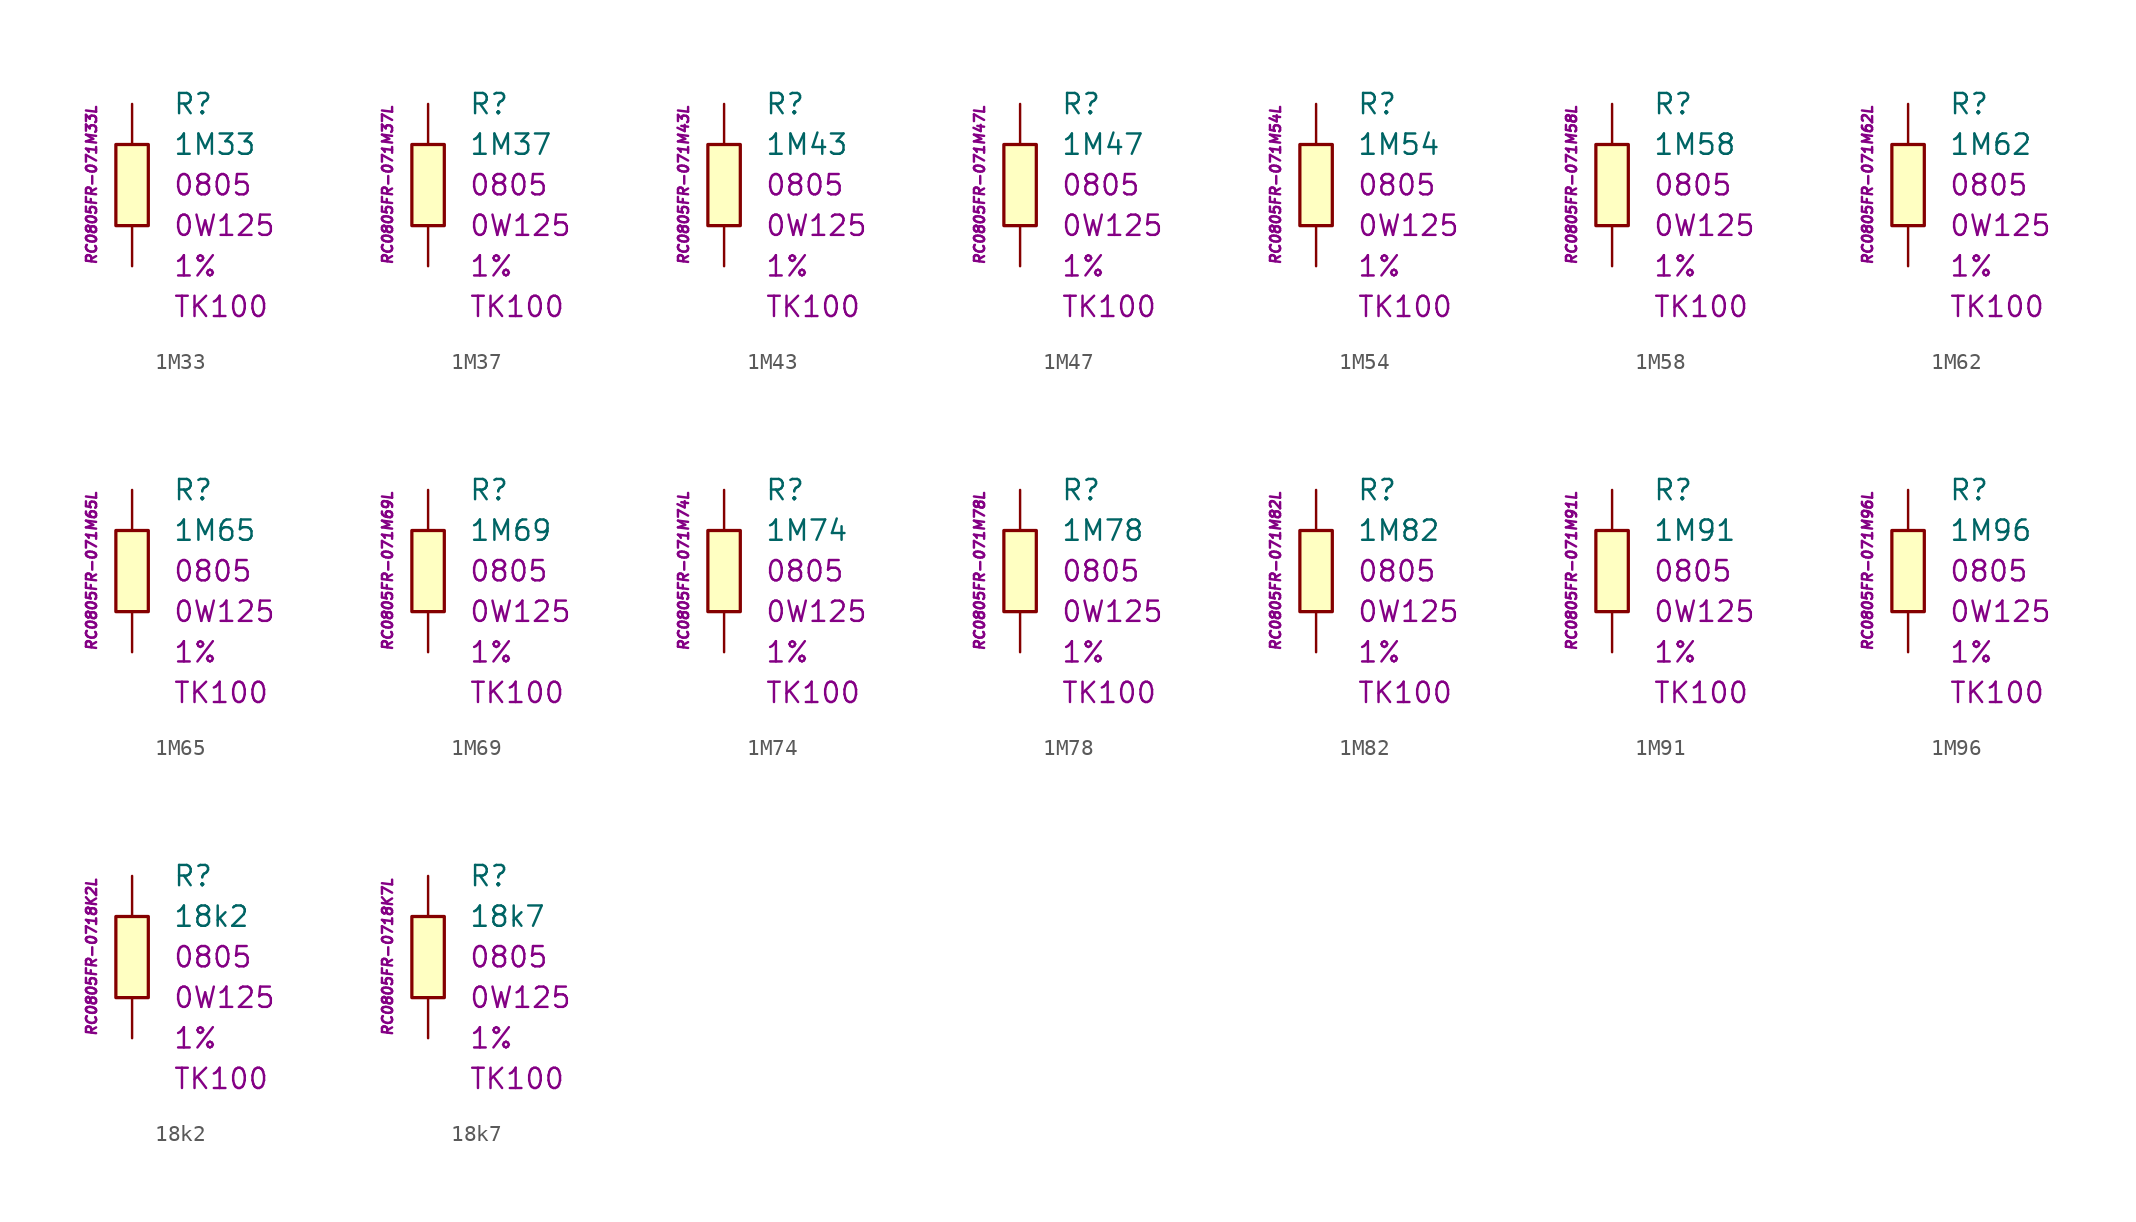
<source format=kicad_sym>
(kicad_symbol_lib
  (version 20201005)
  (generator kicad_symbol_editor)
  (symbol "1M33"
    (pin_numbers hide)
    (pin_names
      (offset 1.016) hide)
    (property "Reference" "R"
      (at 2.54 5.08 0)
      (effects (font (size 1.27 1.27)) (justify left)))
    (property "Value" "1M33"
      (at 2.54 2.54 0)
      (effects (font (size 1.27 1.27)) (justify left)))
    (property "Package" "0805"
      (at 2.54 0 0)
      (effects (font (size 1.27 1.27)) (justify left)))
    (property "Power" "0W125"
      (at 2.54 -2.54 0)
      (effects (font (size 1.27 1.27)) (justify left)))
    (property "Tolerance" "1%"
      (at 2.54 -5.08 0)
      (effects (font (size 1.27 1.27)) (justify left)))
    (property "TK" "TK100"
      (at 2.54 -7.62 0)
      (effects (font (size 1.27 1.27)) (justify left)))
    (property "ID" "RC0805FR-071M33L"
      (at -2.54 0 90)
      (effects (font (size 0.635 0.635) italic)))
    (symbol "1M33_0_1"
      (rectangle (start -1.016 2.54) (end 1.016 -2.54) (stroke (width 0.203)) (fill (type background))))
    (symbol "1M33_1_1"
      (pin passive line (at 0 5.08 270) (length 2.54) (name "~" (effects (font (size 1.778 1.778)))) (number "1" (effects (font (size 1.778 1.778)))))
      (pin passive line (at 0 -5.08 90) (length 2.54) (name "~" (effects (font (size 1.778 1.778)))) (number "2" (effects (font (size 1.778 1.778)))))))
  (symbol "1M37"
    (pin_numbers hide)
    (pin_names
      (offset 1.016) hide)
    (property "Reference" "R"
      (at 2.54 5.08 0)
      (effects (font (size 1.27 1.27)) (justify left)))
    (property "Value" "1M37"
      (at 2.54 2.54 0)
      (effects (font (size 1.27 1.27)) (justify left)))
    (property "Package" "0805"
      (at 2.54 0 0)
      (effects (font (size 1.27 1.27)) (justify left)))
    (property "Power" "0W125"
      (at 2.54 -2.54 0)
      (effects (font (size 1.27 1.27)) (justify left)))
    (property "Tolerance" "1%"
      (at 2.54 -5.08 0)
      (effects (font (size 1.27 1.27)) (justify left)))
    (property "TK" "TK100"
      (at 2.54 -7.62 0)
      (effects (font (size 1.27 1.27)) (justify left)))
    (property "ID" "RC0805FR-071M37L"
      (at -2.54 0 90)
      (effects (font (size 0.635 0.635) italic)))
    (symbol "1M37_0_1"
      (rectangle (start -1.016 2.54) (end 1.016 -2.54) (stroke (width 0.203)) (fill (type background))))
    (symbol "1M37_1_1"
      (pin passive line (at 0 5.08 270) (length 2.54) (name "~" (effects (font (size 1.778 1.778)))) (number "1" (effects (font (size 1.778 1.778)))))
      (pin passive line (at 0 -5.08 90) (length 2.54) (name "~" (effects (font (size 1.778 1.778)))) (number "2" (effects (font (size 1.778 1.778)))))))
  (symbol "1M43"
    (pin_numbers hide)
    (pin_names
      (offset 1.016) hide)
    (property "Reference" "R"
      (at 2.54 5.08 0)
      (effects (font (size 1.27 1.27)) (justify left)))
    (property "Value" "1M43"
      (at 2.54 2.54 0)
      (effects (font (size 1.27 1.27)) (justify left)))
    (property "Package" "0805"
      (at 2.54 0 0)
      (effects (font (size 1.27 1.27)) (justify left)))
    (property "Power" "0W125"
      (at 2.54 -2.54 0)
      (effects (font (size 1.27 1.27)) (justify left)))
    (property "Tolerance" "1%"
      (at 2.54 -5.08 0)
      (effects (font (size 1.27 1.27)) (justify left)))
    (property "TK" "TK100"
      (at 2.54 -7.62 0)
      (effects (font (size 1.27 1.27)) (justify left)))
    (property "ID" "RC0805FR-071M43L"
      (at -2.54 0 90)
      (effects (font (size 0.635 0.635) italic)))
    (symbol "1M43_0_1"
      (rectangle (start -1.016 2.54) (end 1.016 -2.54) (stroke (width 0.203)) (fill (type background))))
    (symbol "1M43_1_1"
      (pin passive line (at 0 5.08 270) (length 2.54) (name "~" (effects (font (size 1.778 1.778)))) (number "1" (effects (font (size 1.778 1.778)))))
      (pin passive line (at 0 -5.08 90) (length 2.54) (name "~" (effects (font (size 1.778 1.778)))) (number "2" (effects (font (size 1.778 1.778)))))))
  (symbol "1M47"
    (pin_numbers hide)
    (pin_names
      (offset 1.016) hide)
    (property "Reference" "R"
      (at 2.54 5.08 0)
      (effects (font (size 1.27 1.27)) (justify left)))
    (property "Value" "1M47"
      (at 2.54 2.54 0)
      (effects (font (size 1.27 1.27)) (justify left)))
    (property "Package" "0805"
      (at 2.54 0 0)
      (effects (font (size 1.27 1.27)) (justify left)))
    (property "Power" "0W125"
      (at 2.54 -2.54 0)
      (effects (font (size 1.27 1.27)) (justify left)))
    (property "Tolerance" "1%"
      (at 2.54 -5.08 0)
      (effects (font (size 1.27 1.27)) (justify left)))
    (property "TK" "TK100"
      (at 2.54 -7.62 0)
      (effects (font (size 1.27 1.27)) (justify left)))
    (property "ID" "RC0805FR-071M47L"
      (at -2.54 0 90)
      (effects (font (size 0.635 0.635) italic)))
    (symbol "1M47_0_1"
      (rectangle (start -1.016 2.54) (end 1.016 -2.54) (stroke (width 0.203)) (fill (type background))))
    (symbol "1M47_1_1"
      (pin passive line (at 0 5.08 270) (length 2.54) (name "~" (effects (font (size 1.778 1.778)))) (number "1" (effects (font (size 1.778 1.778)))))
      (pin passive line (at 0 -5.08 90) (length 2.54) (name "~" (effects (font (size 1.778 1.778)))) (number "2" (effects (font (size 1.778 1.778)))))))
  (symbol "1M54"
    (pin_numbers hide)
    (pin_names
      (offset 1.016) hide)
    (property "Reference" "R"
      (at 2.54 5.08 0)
      (effects (font (size 1.27 1.27)) (justify left)))
    (property "Value" "1M54"
      (at 2.54 2.54 0)
      (effects (font (size 1.27 1.27)) (justify left)))
    (property "Package" "0805"
      (at 2.54 0 0)
      (effects (font (size 1.27 1.27)) (justify left)))
    (property "Power" "0W125"
      (at 2.54 -2.54 0)
      (effects (font (size 1.27 1.27)) (justify left)))
    (property "Tolerance" "1%"
      (at 2.54 -5.08 0)
      (effects (font (size 1.27 1.27)) (justify left)))
    (property "TK" "TK100"
      (at 2.54 -7.62 0)
      (effects (font (size 1.27 1.27)) (justify left)))
    (property "ID" "RC0805FR-071M54L"
      (at -2.54 0 90)
      (effects (font (size 0.635 0.635) italic)))
    (symbol "1M54_0_1"
      (rectangle (start -1.016 2.54) (end 1.016 -2.54) (stroke (width 0.203)) (fill (type background))))
    (symbol "1M54_1_1"
      (pin passive line (at 0 5.08 270) (length 2.54) (name "~" (effects (font (size 1.778 1.778)))) (number "1" (effects (font (size 1.778 1.778)))))
      (pin passive line (at 0 -5.08 90) (length 2.54) (name "~" (effects (font (size 1.778 1.778)))) (number "2" (effects (font (size 1.778 1.778)))))))
  (symbol "1M58"
    (pin_numbers hide)
    (pin_names
      (offset 1.016) hide)
    (property "Reference" "R"
      (at 2.54 5.08 0)
      (effects (font (size 1.27 1.27)) (justify left)))
    (property "Value" "1M58"
      (at 2.54 2.54 0)
      (effects (font (size 1.27 1.27)) (justify left)))
    (property "Package" "0805"
      (at 2.54 0 0)
      (effects (font (size 1.27 1.27)) (justify left)))
    (property "Power" "0W125"
      (at 2.54 -2.54 0)
      (effects (font (size 1.27 1.27)) (justify left)))
    (property "Tolerance" "1%"
      (at 2.54 -5.08 0)
      (effects (font (size 1.27 1.27)) (justify left)))
    (property "TK" "TK100"
      (at 2.54 -7.62 0)
      (effects (font (size 1.27 1.27)) (justify left)))
    (property "ID" "RC0805FR-071M58L"
      (at -2.54 0 90)
      (effects (font (size 0.635 0.635) italic)))
    (symbol "1M58_0_1"
      (rectangle (start -1.016 2.54) (end 1.016 -2.54) (stroke (width 0.203)) (fill (type background))))
    (symbol "1M58_1_1"
      (pin passive line (at 0 5.08 270) (length 2.54) (name "~" (effects (font (size 1.778 1.778)))) (number "1" (effects (font (size 1.778 1.778)))))
      (pin passive line (at 0 -5.08 90) (length 2.54) (name "~" (effects (font (size 1.778 1.778)))) (number "2" (effects (font (size 1.778 1.778)))))))
  (symbol "1M62"
    (pin_numbers hide)
    (pin_names
      (offset 1.016) hide)
    (property "Reference" "R"
      (at 2.54 5.08 0)
      (effects (font (size 1.27 1.27)) (justify left)))
    (property "Value" "1M62"
      (at 2.54 2.54 0)
      (effects (font (size 1.27 1.27)) (justify left)))
    (property "Package" "0805"
      (at 2.54 0 0)
      (effects (font (size 1.27 1.27)) (justify left)))
    (property "Power" "0W125"
      (at 2.54 -2.54 0)
      (effects (font (size 1.27 1.27)) (justify left)))
    (property "Tolerance" "1%"
      (at 2.54 -5.08 0)
      (effects (font (size 1.27 1.27)) (justify left)))
    (property "TK" "TK100"
      (at 2.54 -7.62 0)
      (effects (font (size 1.27 1.27)) (justify left)))
    (property "ID" "RC0805FR-071M62L"
      (at -2.54 0 90)
      (effects (font (size 0.635 0.635) italic)))
    (symbol "1M62_0_1"
      (rectangle (start -1.016 2.54) (end 1.016 -2.54) (stroke (width 0.203)) (fill (type background))))
    (symbol "1M62_1_1"
      (pin passive line (at 0 5.08 270) (length 2.54) (name "~" (effects (font (size 1.778 1.778)))) (number "1" (effects (font (size 1.778 1.778)))))
      (pin passive line (at 0 -5.08 90) (length 2.54) (name "~" (effects (font (size 1.778 1.778)))) (number "2" (effects (font (size 1.778 1.778)))))))
  (symbol "1M65"
    (pin_numbers hide)
    (pin_names
      (offset 1.016) hide)
    (property "Reference" "R"
      (at 2.54 5.08 0)
      (effects (font (size 1.27 1.27)) (justify left)))
    (property "Value" "1M65"
      (at 2.54 2.54 0)
      (effects (font (size 1.27 1.27)) (justify left)))
    (property "Package" "0805"
      (at 2.54 0 0)
      (effects (font (size 1.27 1.27)) (justify left)))
    (property "Power" "0W125"
      (at 2.54 -2.54 0)
      (effects (font (size 1.27 1.27)) (justify left)))
    (property "Tolerance" "1%"
      (at 2.54 -5.08 0)
      (effects (font (size 1.27 1.27)) (justify left)))
    (property "TK" "TK100"
      (at 2.54 -7.62 0)
      (effects (font (size 1.27 1.27)) (justify left)))
    (property "ID" "RC0805FR-071M65L"
      (at -2.54 0 90)
      (effects (font (size 0.635 0.635) italic)))
    (symbol "1M65_0_1"
      (rectangle (start -1.016 2.54) (end 1.016 -2.54) (stroke (width 0.203)) (fill (type background))))
    (symbol "1M65_1_1"
      (pin passive line (at 0 5.08 270) (length 2.54) (name "~" (effects (font (size 1.778 1.778)))) (number "1" (effects (font (size 1.778 1.778)))))
      (pin passive line (at 0 -5.08 90) (length 2.54) (name "~" (effects (font (size 1.778 1.778)))) (number "2" (effects (font (size 1.778 1.778)))))))
  (symbol "1M69"
    (pin_numbers hide)
    (pin_names
      (offset 1.016) hide)
    (property "Reference" "R"
      (at 2.54 5.08 0)
      (effects (font (size 1.27 1.27)) (justify left)))
    (property "Value" "1M69"
      (at 2.54 2.54 0)
      (effects (font (size 1.27 1.27)) (justify left)))
    (property "Package" "0805"
      (at 2.54 0 0)
      (effects (font (size 1.27 1.27)) (justify left)))
    (property "Power" "0W125"
      (at 2.54 -2.54 0)
      (effects (font (size 1.27 1.27)) (justify left)))
    (property "Tolerance" "1%"
      (at 2.54 -5.08 0)
      (effects (font (size 1.27 1.27)) (justify left)))
    (property "TK" "TK100"
      (at 2.54 -7.62 0)
      (effects (font (size 1.27 1.27)) (justify left)))
    (property "ID" "RC0805FR-071M69L"
      (at -2.54 0 90)
      (effects (font (size 0.635 0.635) italic)))
    (symbol "1M69_0_1"
      (rectangle (start -1.016 2.54) (end 1.016 -2.54) (stroke (width 0.203)) (fill (type background))))
    (symbol "1M69_1_1"
      (pin passive line (at 0 5.08 270) (length 2.54) (name "~" (effects (font (size 1.778 1.778)))) (number "1" (effects (font (size 1.778 1.778)))))
      (pin passive line (at 0 -5.08 90) (length 2.54) (name "~" (effects (font (size 1.778 1.778)))) (number "2" (effects (font (size 1.778 1.778)))))))
  (symbol "1M74"
    (pin_numbers hide)
    (pin_names
      (offset 1.016) hide)
    (property "Reference" "R"
      (at 2.54 5.08 0)
      (effects (font (size 1.27 1.27)) (justify left)))
    (property "Value" "1M74"
      (at 2.54 2.54 0)
      (effects (font (size 1.27 1.27)) (justify left)))
    (property "Package" "0805"
      (at 2.54 0 0)
      (effects (font (size 1.27 1.27)) (justify left)))
    (property "Power" "0W125"
      (at 2.54 -2.54 0)
      (effects (font (size 1.27 1.27)) (justify left)))
    (property "Tolerance" "1%"
      (at 2.54 -5.08 0)
      (effects (font (size 1.27 1.27)) (justify left)))
    (property "TK" "TK100"
      (at 2.54 -7.62 0)
      (effects (font (size 1.27 1.27)) (justify left)))
    (property "ID" "RC0805FR-071M74L"
      (at -2.54 0 90)
      (effects (font (size 0.635 0.635) italic)))
    (symbol "1M74_0_1"
      (rectangle (start -1.016 2.54) (end 1.016 -2.54) (stroke (width 0.203)) (fill (type background))))
    (symbol "1M74_1_1"
      (pin passive line (at 0 5.08 270) (length 2.54) (name "~" (effects (font (size 1.778 1.778)))) (number "1" (effects (font (size 1.778 1.778)))))
      (pin passive line (at 0 -5.08 90) (length 2.54) (name "~" (effects (font (size 1.778 1.778)))) (number "2" (effects (font (size 1.778 1.778)))))))
  (symbol "1M78"
    (pin_numbers hide)
    (pin_names
      (offset 1.016) hide)
    (property "Reference" "R"
      (at 2.54 5.08 0)
      (effects (font (size 1.27 1.27)) (justify left)))
    (property "Value" "1M78"
      (at 2.54 2.54 0)
      (effects (font (size 1.27 1.27)) (justify left)))
    (property "Package" "0805"
      (at 2.54 0 0)
      (effects (font (size 1.27 1.27)) (justify left)))
    (property "Power" "0W125"
      (at 2.54 -2.54 0)
      (effects (font (size 1.27 1.27)) (justify left)))
    (property "Tolerance" "1%"
      (at 2.54 -5.08 0)
      (effects (font (size 1.27 1.27)) (justify left)))
    (property "TK" "TK100"
      (at 2.54 -7.62 0)
      (effects (font (size 1.27 1.27)) (justify left)))
    (property "ID" "RC0805FR-071M78L"
      (at -2.54 0 90)
      (effects (font (size 0.635 0.635) italic)))
    (symbol "1M78_0_1"
      (rectangle (start -1.016 2.54) (end 1.016 -2.54) (stroke (width 0.203)) (fill (type background))))
    (symbol "1M78_1_1"
      (pin passive line (at 0 5.08 270) (length 2.54) (name "~" (effects (font (size 1.778 1.778)))) (number "1" (effects (font (size 1.778 1.778)))))
      (pin passive line (at 0 -5.08 90) (length 2.54) (name "~" (effects (font (size 1.778 1.778)))) (number "2" (effects (font (size 1.778 1.778)))))))
  (symbol "1M82"
    (pin_numbers hide)
    (pin_names
      (offset 1.016) hide)
    (property "Reference" "R"
      (at 2.54 5.08 0)
      (effects (font (size 1.27 1.27)) (justify left)))
    (property "Value" "1M82"
      (at 2.54 2.54 0)
      (effects (font (size 1.27 1.27)) (justify left)))
    (property "Package" "0805"
      (at 2.54 0 0)
      (effects (font (size 1.27 1.27)) (justify left)))
    (property "Power" "0W125"
      (at 2.54 -2.54 0)
      (effects (font (size 1.27 1.27)) (justify left)))
    (property "Tolerance" "1%"
      (at 2.54 -5.08 0)
      (effects (font (size 1.27 1.27)) (justify left)))
    (property "TK" "TK100"
      (at 2.54 -7.62 0)
      (effects (font (size 1.27 1.27)) (justify left)))
    (property "ID" "RC0805FR-071M82L"
      (at -2.54 0 90)
      (effects (font (size 0.635 0.635) italic)))
    (symbol "1M82_0_1"
      (rectangle (start -1.016 2.54) (end 1.016 -2.54) (stroke (width 0.203)) (fill (type background))))
    (symbol "1M82_1_1"
      (pin passive line (at 0 5.08 270) (length 2.54) (name "~" (effects (font (size 1.778 1.778)))) (number "1" (effects (font (size 1.778 1.778)))))
      (pin passive line (at 0 -5.08 90) (length 2.54) (name "~" (effects (font (size 1.778 1.778)))) (number "2" (effects (font (size 1.778 1.778)))))))
  (symbol "1M91"
    (pin_numbers hide)
    (pin_names
      (offset 1.016) hide)
    (property "Reference" "R"
      (at 2.54 5.08 0)
      (effects (font (size 1.27 1.27)) (justify left)))
    (property "Value" "1M91"
      (at 2.54 2.54 0)
      (effects (font (size 1.27 1.27)) (justify left)))
    (property "Package" "0805"
      (at 2.54 0 0)
      (effects (font (size 1.27 1.27)) (justify left)))
    (property "Power" "0W125"
      (at 2.54 -2.54 0)
      (effects (font (size 1.27 1.27)) (justify left)))
    (property "Tolerance" "1%"
      (at 2.54 -5.08 0)
      (effects (font (size 1.27 1.27)) (justify left)))
    (property "TK" "TK100"
      (at 2.54 -7.62 0)
      (effects (font (size 1.27 1.27)) (justify left)))
    (property "ID" "RC0805FR-071M91L"
      (at -2.54 0 90)
      (effects (font (size 0.635 0.635) italic)))
    (symbol "1M91_0_1"
      (rectangle (start -1.016 2.54) (end 1.016 -2.54) (stroke (width 0.203)) (fill (type background))))
    (symbol "1M91_1_1"
      (pin passive line (at 0 5.08 270) (length 2.54) (name "~" (effects (font (size 1.778 1.778)))) (number "1" (effects (font (size 1.778 1.778)))))
      (pin passive line (at 0 -5.08 90) (length 2.54) (name "~" (effects (font (size 1.778 1.778)))) (number "2" (effects (font (size 1.778 1.778)))))))
  (symbol "1M96"
    (pin_numbers hide)
    (pin_names
      (offset 1.016) hide)
    (property "Reference" "R"
      (at 2.54 5.08 0)
      (effects (font (size 1.27 1.27)) (justify left)))
    (property "Value" "1M96"
      (at 2.54 2.54 0)
      (effects (font (size 1.27 1.27)) (justify left)))
    (property "Package" "0805"
      (at 2.54 0 0)
      (effects (font (size 1.27 1.27)) (justify left)))
    (property "Power" "0W125"
      (at 2.54 -2.54 0)
      (effects (font (size 1.27 1.27)) (justify left)))
    (property "Tolerance" "1%"
      (at 2.54 -5.08 0)
      (effects (font (size 1.27 1.27)) (justify left)))
    (property "TK" "TK100"
      (at 2.54 -7.62 0)
      (effects (font (size 1.27 1.27)) (justify left)))
    (property "ID" "RC0805FR-071M96L"
      (at -2.54 0 90)
      (effects (font (size 0.635 0.635) italic)))
    (symbol "1M96_0_1"
      (rectangle (start -1.016 2.54) (end 1.016 -2.54) (stroke (width 0.203)) (fill (type background))))
    (symbol "1M96_1_1"
      (pin passive line (at 0 5.08 270) (length 2.54) (name "~" (effects (font (size 1.778 1.778)))) (number "1" (effects (font (size 1.778 1.778)))))
      (pin passive line (at 0 -5.08 90) (length 2.54) (name "~" (effects (font (size 1.778 1.778)))) (number "2" (effects (font (size 1.778 1.778)))))))
  (symbol "18k2"
    (pin_numbers hide)
    (pin_names
      (offset 1.016) hide)
    (property "Reference" "R"
      (at 2.54 5.08 0)
      (effects (font (size 1.27 1.27)) (justify left)))
    (property "Value" "18k2"
      (at 2.54 2.54 0)
      (effects (font (size 1.27 1.27)) (justify left)))
    (property "Package" "0805"
      (at 2.54 0 0)
      (effects (font (size 1.27 1.27)) (justify left)))
    (property "Power" "0W125"
      (at 2.54 -2.54 0)
      (effects (font (size 1.27 1.27)) (justify left)))
    (property "Tolerance" "1%"
      (at 2.54 -5.08 0)
      (effects (font (size 1.27 1.27)) (justify left)))
    (property "TK" "TK100"
      (at 2.54 -7.62 0)
      (effects (font (size 1.27 1.27)) (justify left)))
    (property "ID" "RC0805FR-0718K2L"
      (at -2.54 0 90)
      (effects (font (size 0.635 0.635) italic)))
    (symbol "18k2_0_1"
      (rectangle (start -1.016 2.54) (end 1.016 -2.54) (stroke (width 0.203)) (fill (type background))))
    (symbol "18k2_1_1"
      (pin passive line (at 0 5.08 270) (length 2.54) (name "~" (effects (font (size 1.778 1.778)))) (number "1" (effects (font (size 1.778 1.778)))))
      (pin passive line (at 0 -5.08 90) (length 2.54) (name "~" (effects (font (size 1.778 1.778)))) (number "2" (effects (font (size 1.778 1.778)))))))
  (symbol "18k7"
    (pin_numbers hide)
    (pin_names
      (offset 1.016) hide)
    (property "Reference" "R"
      (at 2.54 5.08 0)
      (effects (font (size 1.27 1.27)) (justify left)))
    (property "Value" "18k7"
      (at 2.54 2.54 0)
      (effects (font (size 1.27 1.27)) (justify left)))
    (property "Package" "0805"
      (at 2.54 0 0)
      (effects (font (size 1.27 1.27)) (justify left)))
    (property "Power" "0W125"
      (at 2.54 -2.54 0)
      (effects (font (size 1.27 1.27)) (justify left)))
    (property "Tolerance" "1%"
      (at 2.54 -5.08 0)
      (effects (font (size 1.27 1.27)) (justify left)))
    (property "TK" "TK100"
      (at 2.54 -7.62 0)
      (effects (font (size 1.27 1.27)) (justify left)))
    (property "ID" "RC0805FR-0718K7L"
      (at -2.54 0 90)
      (effects (font (size 0.635 0.635) italic)))
    (symbol "18k7_0_1"
      (rectangle (start -1.016 2.54) (end 1.016 -2.54) (stroke (width 0.203)) (fill (type background))))
    (symbol "18k7_1_1"
      (pin passive line (at 0 5.08 270) (length 2.54) (name "~" (effects (font (size 1.778 1.778)))) (number "1" (effects (font (size 1.778 1.778)))))
      (pin passive line (at 0 -5.08 90) (length 2.54) (name "~" (effects (font (size 1.778 1.778)))) (number "2" (effects (font (size 1.778 1.778))))))))
</source>
